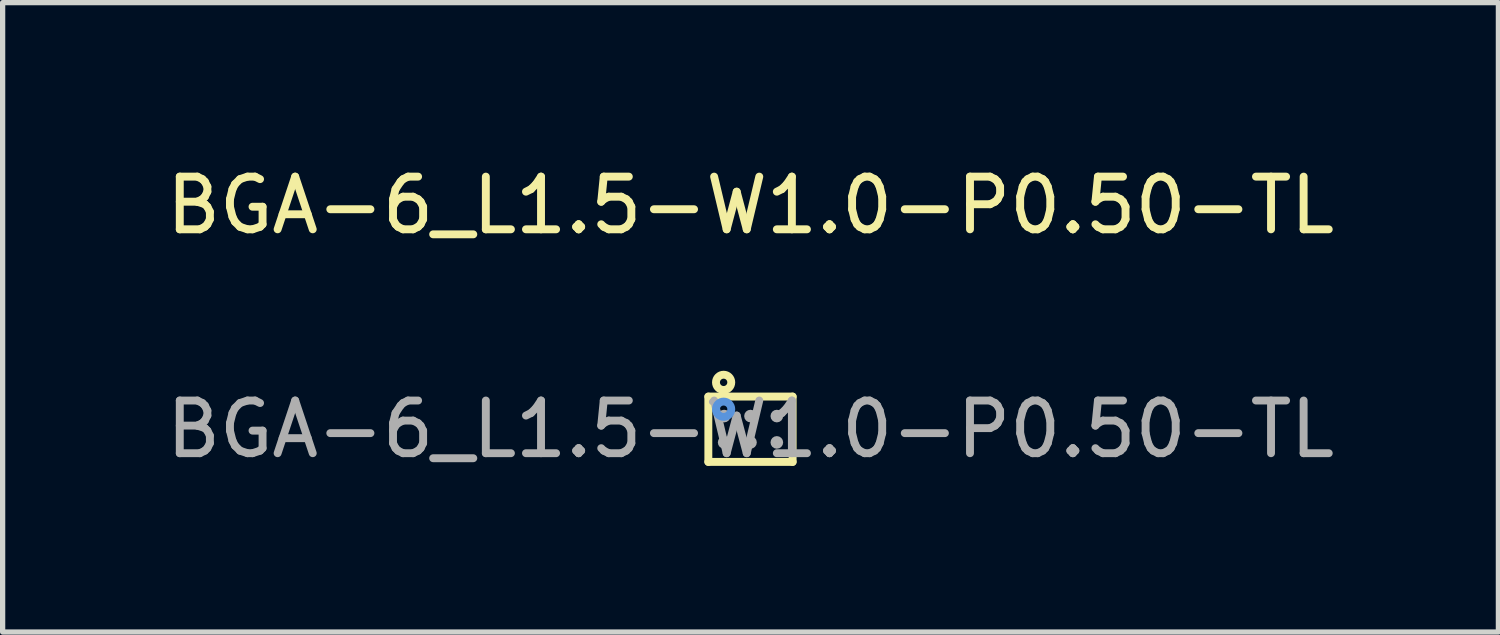
<source format=kicad_pcb>
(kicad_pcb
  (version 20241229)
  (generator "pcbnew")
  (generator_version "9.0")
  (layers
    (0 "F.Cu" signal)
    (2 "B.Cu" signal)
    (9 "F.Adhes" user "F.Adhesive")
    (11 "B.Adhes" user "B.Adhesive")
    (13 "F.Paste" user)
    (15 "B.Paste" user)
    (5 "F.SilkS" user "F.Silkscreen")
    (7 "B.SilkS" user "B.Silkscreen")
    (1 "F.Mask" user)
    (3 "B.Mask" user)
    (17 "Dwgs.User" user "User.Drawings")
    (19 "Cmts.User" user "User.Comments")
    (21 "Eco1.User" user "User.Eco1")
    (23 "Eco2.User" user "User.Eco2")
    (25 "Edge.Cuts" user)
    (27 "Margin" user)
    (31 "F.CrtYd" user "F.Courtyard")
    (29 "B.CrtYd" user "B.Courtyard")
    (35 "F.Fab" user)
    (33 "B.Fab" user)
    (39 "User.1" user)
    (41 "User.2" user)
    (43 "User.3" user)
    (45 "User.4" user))
  (footprint "BGA-6_L1.5-W1.0-P0.50-TL"
    (layer "F.Cu")
    (at 11.196 5.098)
    (property "Reference" "BGA-6_L1.5-W1.0-P0.50-TL" (at 0 -4.25 0) (layer "F.SilkS") (effects (font (size 1 1) (thickness 0.15))))
    (attr smd)
    (fp_line (start -0.8 -0.62) (end -0.8 0.62) (stroke (width 0.15) (type solid)) (layer "F.SilkS"))
    (fp_line (start -0.8 0.62) (end 0.8 0.62) (stroke (width 0.15) (type solid)) (layer "F.SilkS"))
    (fp_line (start 0.8 -0.62) (end -0.8 -0.62) (stroke (width 0.15) (type solid)) (layer "F.SilkS"))
    (fp_line (start 0.8 0.62) (end 0.8 -0.62) (stroke (width 0.15) (type solid)) (layer "F.SilkS"))
    (fp_circle (center -0.51 -0.89) (end -0.44 -0.89) (stroke (width 0.15) (type solid)) (fill no) (layer "F.SilkS"))
    (fp_circle (center -0.51 -0.38) (end -0.44 -0.38) (stroke (width 0.15) (type solid)) (fill no) (layer "Cmts.User"))
    (fp_circle (center -0.73 -0.52) (end -0.7 -0.52) (stroke (width 0.06) (type solid)) (fill no) (layer "F.Fab"))
    (fp_circle (center -0.5 -0.25) (end -0.44 -0.25) (stroke (width 0.12) (type solid)) (fill no) (layer "F.Fab"))
    (fp_circle (center -0.5 0.25) (end -0.44 0.25) (stroke (width 0.12) (type solid)) (fill no) (layer "F.Fab"))
    (fp_circle (center 0 -0.25) (end 0.06 -0.25) (stroke (width 0.12) (type solid)) (fill no) (layer "F.Fab"))
    (fp_circle (center 0 0.25) (end 0.06 0.25) (stroke (width 0.12) (type solid)) (fill no) (layer "F.Fab"))
    (fp_circle (center 0.5 -0.25) (end 0.56 -0.25) (stroke (width 0.12) (type solid)) (fill no) (layer "F.Fab"))
    (fp_circle (center 0.5 0.25) (end 0.56 0.25) (stroke (width 0.12) (type solid)) (fill no) (layer "F.Fab"))
    (fp_text user "${REFERENCE}" (at 0 0 0) (layer "F.Fab") (effects (font (size 1 1) (thickness 0.15))))
    (pad "1" smd circle (at -0.5 -0.25) (size 0.2 0.2) (layers "F.Cu" "F.Mask" "F.Paste"))
    (pad "2" smd circle (at 0 -0.25) (size 0.2 0.2) (layers "F.Cu" "F.Mask" "F.Paste"))
    (pad "3" smd circle (at 0.5 -0.25) (size 0.2 0.2) (layers "F.Cu" "F.Mask" "F.Paste"))
    (pad "4" smd circle (at -0.5 0.25) (size 0.2 0.2) (layers "F.Cu" "F.Mask" "F.Paste"))
    (pad "5" smd circle (at 0 0.25) (size 0.2 0.2) (layers "F.Cu" "F.Mask" "F.Paste"))
    (pad "6" smd circle (at 0.5 0.25) (size 0.2 0.2) (layers "F.Cu" "F.Mask" "F.Paste")))
  (gr_rect
    (start -3 -3)
    (end 25.393 8.947)
    (stroke (width 0.1) (type default))
    (fill no)
    (layer "Edge.Cuts")))
</source>
